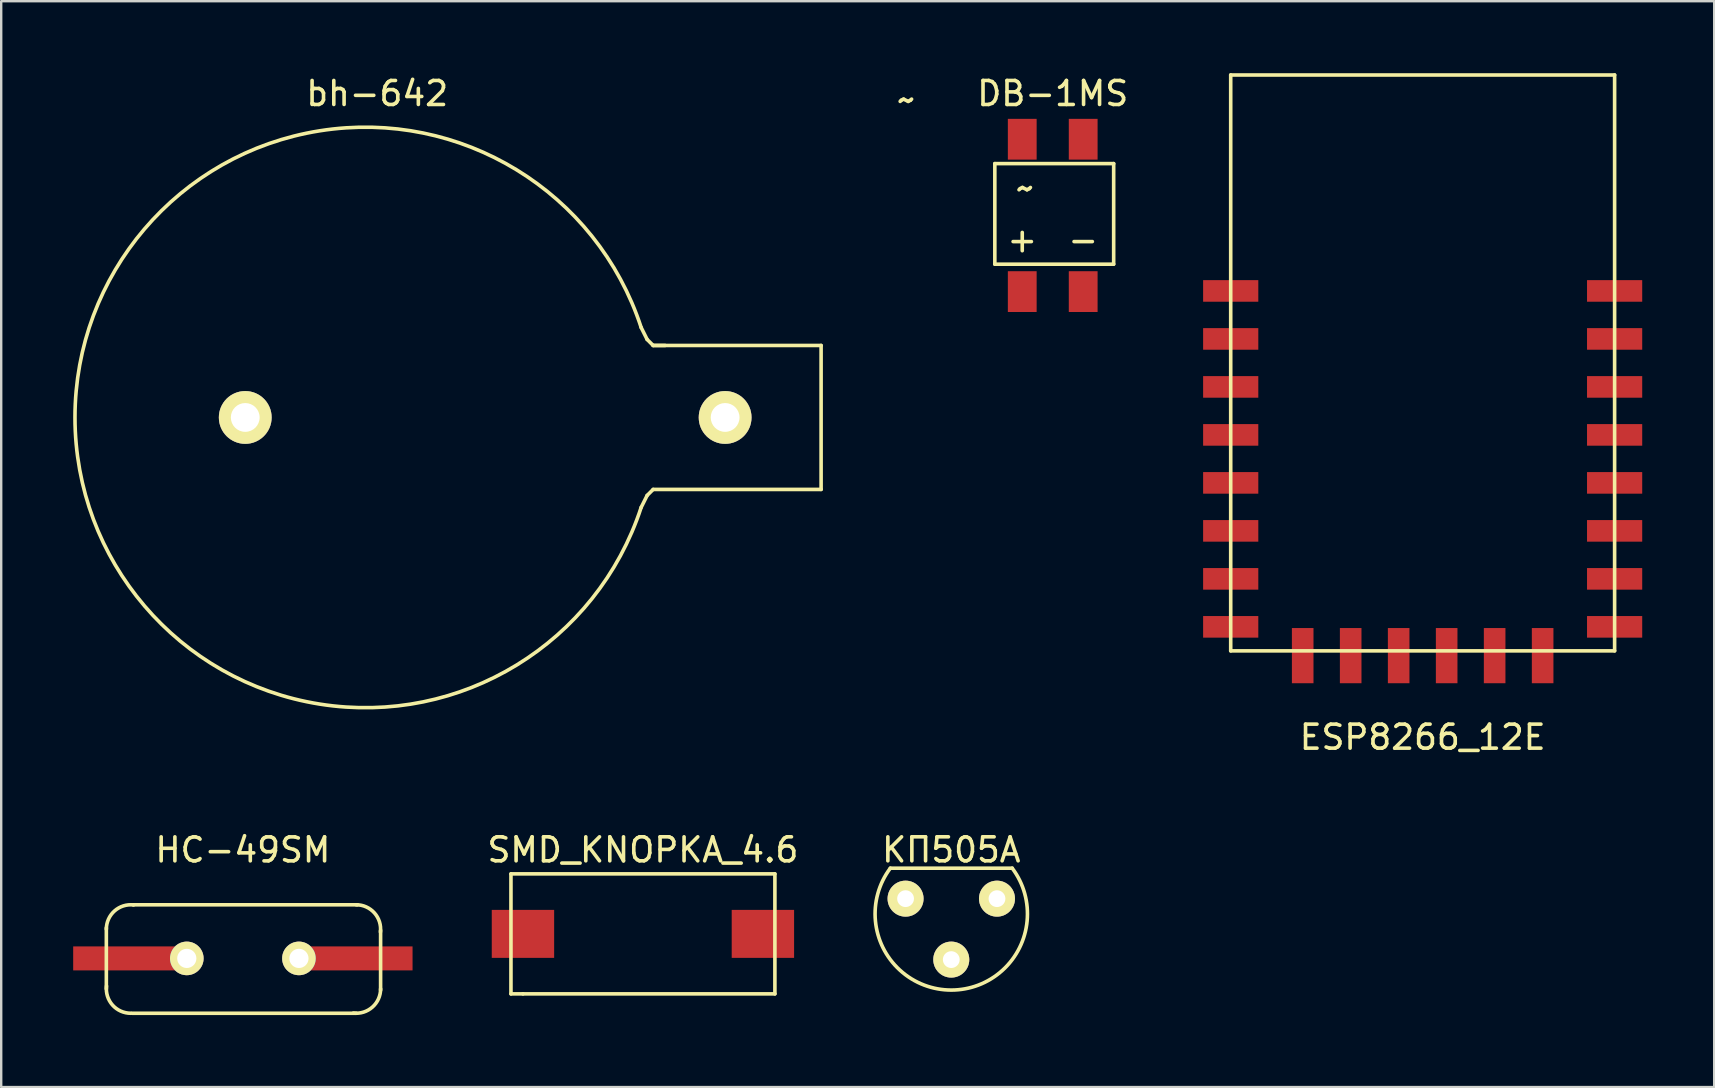
<source format=kicad_pcb>
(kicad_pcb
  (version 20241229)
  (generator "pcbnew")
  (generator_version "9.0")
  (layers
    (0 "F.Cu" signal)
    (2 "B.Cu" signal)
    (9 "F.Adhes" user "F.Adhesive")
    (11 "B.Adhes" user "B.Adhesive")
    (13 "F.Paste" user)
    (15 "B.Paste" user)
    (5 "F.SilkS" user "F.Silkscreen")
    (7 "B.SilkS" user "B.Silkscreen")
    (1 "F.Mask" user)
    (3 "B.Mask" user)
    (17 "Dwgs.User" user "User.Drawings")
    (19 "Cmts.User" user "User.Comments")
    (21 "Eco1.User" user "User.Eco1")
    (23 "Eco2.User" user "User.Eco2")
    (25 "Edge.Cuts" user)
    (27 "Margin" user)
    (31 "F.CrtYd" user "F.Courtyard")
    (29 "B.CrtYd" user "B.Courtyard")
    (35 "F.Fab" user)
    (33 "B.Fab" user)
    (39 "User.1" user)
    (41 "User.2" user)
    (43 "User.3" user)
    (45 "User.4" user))
  (footprint "HC-49SM"
    (layer "F.Cu")
    (at 7.072 36.893)
    (property "Reference" "HC-49SM" (at 0 -4.521 0) (layer "F.SilkS") (effects (font (size 1 1) (thickness 0.15))))
    (attr through_hole)
    (fp_line (start -5.69 1.27) (end -5.69 -1.27) (stroke (width 0.15) (type solid)) (layer "F.SilkS"))
    (fp_line (start -4.572 -2.235) (end 4.775 -2.235) (stroke (width 0.15) (type solid)) (layer "F.SilkS"))
    (fp_line (start 4.724 2.286) (end -4.623 2.286) (stroke (width 0.15) (type solid)) (layer "F.SilkS"))
    (fp_line (start 5.74 -1.168) (end 5.74 1.321) (stroke (width 0.15) (type solid)) (layer "F.SilkS"))
    (fp_arc (start -5.6896 -1.2192) (mid -5.348747 -1.978432) (end -4.554889 -2.228241) (stroke (width 0.15) (type solid)) (layer "F.SilkS"))
    (fp_arc (start -4.6736 2.286) (mid -5.432832 1.945147) (end -5.682641 1.151289) (stroke (width 0.15) (type solid)) (layer "F.SilkS"))
    (fp_arc (start 4.7244 -2.2352) (mid 5.483632 -1.894347) (end 5.733441 -1.100489) (stroke (width 0.15) (type solid)) (layer "F.SilkS"))
    (fp_arc (start 5.7404 1.27) (mid 5.399547 2.029232) (end 4.605689 2.279041) (stroke (width 0.15) (type solid)) (layer "F.SilkS"))
    (pad "1" smd rect (at -4.572 0 90) (size 1 5) (layers "F.Cu" "F.Mask" "F.Paste"))
    (pad "1" thru_hole circle (at -2.337 0) (size 1.4 1.4) (drill 0.8) (layers "*.Cu" "*.Mask" "F.SilkS"))
    (pad "2" thru_hole circle (at 2.337 0) (size 1.4 1.4) (drill 0.8) (layers "*.Cu" "*.Mask" "F.SilkS"))
    (pad "2" smd rect (at 4.572 0 90) (size 1 5) (layers "F.Cu" "F.Mask" "F.Paste")))
  (footprint "КП505А"
    (layer "F.Cu")
    (at 36.596 35.038)
    (property "Reference" "КП505А" (at 0 -2.667 0) (layer "F.SilkS") (effects (font (size 1 1) (thickness 0.15))))
    (attr through_hole)
    (fp_line (start 2.54 -1.905) (end -2.54 -1.905) (stroke (width 0.15) (type solid)) (layer "F.SilkS"))
    (fp_arc (start 2.54 -1.905) (mid 0 3.175) (end -2.54 -1.905) (stroke (width 0.15) (type solid)) (layer "F.SilkS"))
    (pad "1" thru_hole circle (at -1.905 -0.635) (size 1.5 1.5) (drill 0.7) (layers "*.Cu" "*.Mask" "F.SilkS"))
    (pad "2" thru_hole circle (at 1.905 -0.635) (size 1.5 1.5) (drill 0.7) (layers "*.Cu" "*.Mask" "F.SilkS"))
    (pad "3" thru_hole circle (at 0 1.905) (size 1.5 1.5) (drill 0.7) (layers "*.Cu" "*.Mask" "F.SilkS")))
  (footprint "SMD_KNOPKA_4.6"
    (layer "F.Cu")
    (at 23.745 35.871)
    (property "Reference" "SMD_KNOPKA_4.6" (at 0 -3.5 0) (layer "F.SilkS") (effects (font (size 1 1) (thickness 0.15))))
    (attr through_hole)
    (fp_line (start -5.5 -2.5) (end 5.5 -2.5) (stroke (width 0.15) (type solid)) (layer "F.SilkS"))
    (fp_line (start -5.5 2.5) (end -5.5 -2.5) (stroke (width 0.15) (type solid)) (layer "F.SilkS"))
    (fp_line (start -5 2.5) (end -5.5 2.5) (stroke (width 0.15) (type solid)) (layer "F.SilkS"))
    (fp_line (start 5.5 -2.5) (end 5.5 2.5) (stroke (width 0.15) (type solid)) (layer "F.SilkS"))
    (fp_line (start 5.5 2.5) (end -5 2.5) (stroke (width 0.15) (type solid)) (layer "F.SilkS"))
    (pad "1" smd rect (at -5 0) (size 2.6 2) (layers "F.Cu" "F.Mask" "F.Paste"))
    (pad "2" smd rect (at 5 0) (size 2.6 2) (layers "F.Cu" "F.Mask" "F.Paste")))
  (footprint "bh-642"
    (layer "F.Cu")
    (at 12.171 14.348)
    (property "Reference" "bh-642" (at 0.5 -13.5 0) (layer "F.SilkS") (effects (font (size 1 1) (thickness 0.15))))
    (attr through_hole)
    (fp_line (start 11.75 -3.25) (end 11.5 -3.75) (stroke (width 0.15) (type solid)) (layer "F.SilkS"))
    (fp_line (start 11.75 3.25) (end 11.5 3.75) (stroke (width 0.15) (type solid)) (layer "F.SilkS"))
    (fp_line (start 12 -3) (end 11.75 -3.25) (stroke (width 0.15) (type solid)) (layer "F.SilkS"))
    (fp_line (start 12 -3) (end 19 -3) (stroke (width 0.15) (type solid)) (layer "F.SilkS"))
    (fp_line (start 12 3) (end 11.75 3.25) (stroke (width 0.15) (type solid)) (layer "F.SilkS"))
    (fp_line (start 12.5 -3) (end 12 -3) (stroke (width 0.15) (type solid)) (layer "F.SilkS"))
    (fp_line (start 19 -3) (end 19 3) (stroke (width 0.15) (type solid)) (layer "F.SilkS"))
    (fp_line (start 19 3) (end 12 3) (stroke (width 0.15) (type solid)) (layer "F.SilkS"))
    (fp_arc (start 11.5 3.75) (mid -12.09597 0) (end 11.5 -3.75) (stroke (width 0.15) (type solid)) (layer "F.SilkS"))
    (pad "1" thru_hole circle (at -5 0) (size 2.2 2.2) (drill 1.2) (layers "*.Cu" "*.Mask" "F.SilkS"))
    (pad "2" thru_hole circle (at 15 0) (size 2.2 2.2) (drill 1.2) (layers "*.Cu" "*.Mask" "F.SilkS")))
  (footprint "ESP8266_12E"
    (layer "F.Cu")
    (at 56.242 9.075)
    (property "Reference" "ESP8266_12E" (at 0 18.6 0) (layer "F.SilkS") (effects (font (size 1 1) (thickness 0.15))))
    (attr through_hole)
    (fp_line (start -8 -9) (end 8 -9) (stroke (width 0.15) (type solid)) (layer "F.SilkS"))
    (fp_line (start -8 15) (end -8 -9) (stroke (width 0.15) (type solid)) (layer "F.SilkS"))
    (fp_line (start 8 -9) (end 8 15) (stroke (width 0.15) (type solid)) (layer "F.SilkS"))
    (fp_line (start 8 15) (end -8 15) (stroke (width 0.15) (type solid)) (layer "F.SilkS"))
    (pad "1" smd rect (at -8 0) (size 2.3 0.9) (layers "F.Cu" "F.Mask" "F.Paste"))
    (pad "2" smd rect (at -8 2) (size 2.3 0.9) (layers "F.Cu" "F.Mask" "F.Paste"))
    (pad "3" smd rect (at -8 4) (size 2.3 0.9) (layers "F.Cu" "F.Mask" "F.Paste"))
    (pad "4" smd rect (at -8 6) (size 2.3 0.9) (layers "F.Cu" "F.Mask" "F.Paste"))
    (pad "5" smd rect (at -8 8) (size 2.3 0.9) (layers "F.Cu" "F.Mask" "F.Paste"))
    (pad "6" smd rect (at -8 10) (size 2.3 0.9) (layers "F.Cu" "F.Mask" "F.Paste"))
    (pad "7" smd rect (at -8 12) (size 2.3 0.9) (layers "F.Cu" "F.Mask" "F.Paste"))
    (pad "8" smd rect (at -8 14) (size 2.3 0.9) (layers "F.Cu" "F.Mask" "F.Paste"))
    (pad "9" smd rect (at -5 15.2 90) (size 2.3 0.9) (layers "F.Cu" "F.Mask" "F.Paste"))
    (pad "10" smd rect (at -3 15.2 90) (size 2.3 0.9) (layers "F.Cu" "F.Mask" "F.Paste"))
    (pad "11" smd rect (at -1 15.2 90) (size 2.3 0.9) (layers "F.Cu" "F.Mask" "F.Paste"))
    (pad "12" smd rect (at 1 15.2 90) (size 2.3 0.9) (layers "F.Cu" "F.Mask" "F.Paste"))
    (pad "13" smd rect (at 3 15.2 90) (size 2.3 0.9) (layers "F.Cu" "F.Mask" "F.Paste"))
    (pad "14" smd rect (at 5 15.2 90) (size 2.3 0.9) (layers "F.Cu" "F.Mask" "F.Paste"))
    (pad "15" smd rect (at 8 14 180) (size 2.3 0.9) (layers "F.Cu" "F.Mask" "F.Paste"))
    (pad "16" smd rect (at 8 12 180) (size 2.3 0.9) (layers "F.Cu" "F.Mask" "F.Paste"))
    (pad "17" smd rect (at 8 10 180) (size 2.3 0.9) (layers "F.Cu" "F.Mask" "F.Paste"))
    (pad "18" smd rect (at 8 8 180) (size 2.3 0.9) (layers "F.Cu" "F.Mask" "F.Paste"))
    (pad "19" smd rect (at 8 6 180) (size 2.3 0.9) (layers "F.Cu" "F.Mask" "F.Paste"))
    (pad "20" smd rect (at 8 4 180) (size 2.3 0.9) (layers "F.Cu" "F.Mask" "F.Paste"))
    (pad "21" smd rect (at 8 2 180) (size 2.3 0.9) (layers "F.Cu" "F.Mask" "F.Paste"))
    (pad "22" smd rect (at 8 0 180) (size 2.3 0.9) (layers "F.Cu" "F.Mask" "F.Paste")))
  (footprint "DB-1MS"
    (layer "F.Cu")
    (at 40.824 5.928)
    (property "Reference" "DB-1MS" (at 0 -5.08 0) (layer "F.SilkS") (effects (font (size 1 1) (thickness 0.15))))
    (attr through_hole)
    (fp_line (start -2.413 -2.159) (end -2.413 2.032) (stroke (width 0.15) (type solid)) (layer "F.SilkS"))
    (fp_line (start -2.413 2.032) (end 2.54 2.032) (stroke (width 0.15) (type solid)) (layer "F.SilkS"))
    (fp_line (start 2.54 -2.159) (end -2.413 -2.159) (stroke (width 0.15) (type solid)) (layer "F.SilkS"))
    (fp_line (start 2.54 2.032) (end 2.54 -2.159) (stroke (width 0.15) (type solid)) (layer "F.SilkS"))
    (fp_text user "+" (at -1.27 1.016 0) (layer "F.SilkS") (effects (font (size 1 1) (thickness 0.15))))
    (fp_text user "-" (at 1.27 1.016 0) (layer "F.SilkS") (effects (font (size 1 1) (thickness 0.15))))
    (fp_text user "~" (at -1.143 -1.143 0) (layer "F.SilkS") (effects (font (size 1 1) (thickness 0.15))))
    (fp_text user "~" (at -6.096 -4.826 0) (layer "F.SilkS") (effects (font (size 1 1) (thickness 0.15))))
    (pad "1" smd rect (at -1.27 3.175) (size 1.2 1.7) (layers "F.Cu" "F.Mask" "F.Paste"))
    (pad "2" smd rect (at 1.27 3.175) (size 1.2 1.7) (layers "F.Cu" "F.Mask" "F.Paste"))
    (pad "3" smd rect (at 1.27 -3.175) (size 1.2 1.7) (layers "F.Cu" "F.Mask" "F.Paste"))
    (pad "4" smd rect (at -1.27 -3.175) (size 1.2 1.7) (layers "F.Cu" "F.Mask" "F.Paste")))
  (gr_rect
    (start -3 -3)
    (end 68.392 42.254)
    (stroke (width 0.1) (type default))
    (fill no)
    (layer "Edge.Cuts")))
</source>
